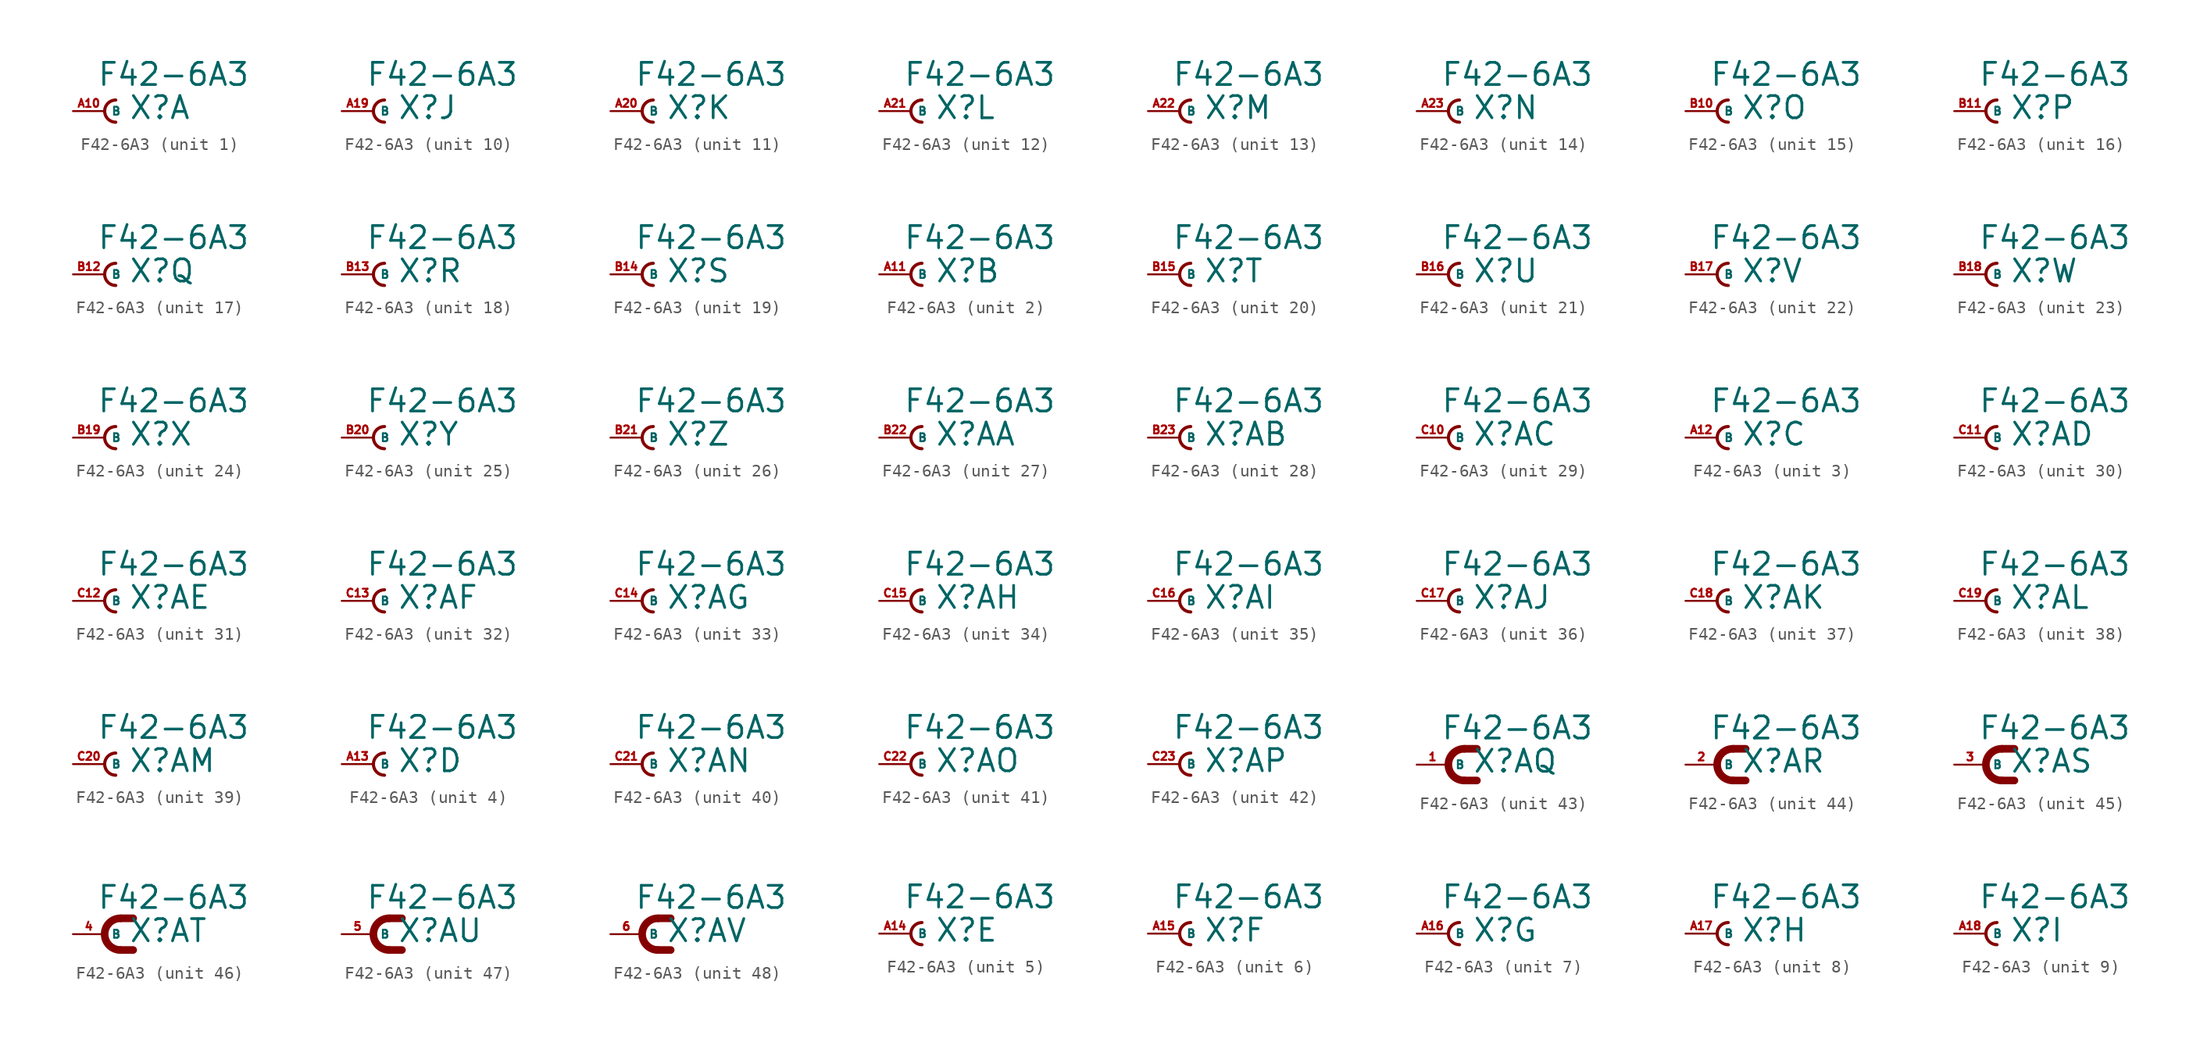
<source format=kicad_sym>
(kicad_symbol_lib
  (version 20220914)
  (generator Eagle2Kicad)
  (symbol "F42-6A3"
    (property "Reference" "X"
      (at 1.905 -0.762 0)
      (effects (font (size 1.778 1.778) (thickness 0.22)) (justify left bottom)))
    (property "Value" "F42-6A3"
      (at -0.635 1.905 0)
      (effects (font (size 1.778 1.778) (thickness 0.22)) (justify left bottom)))
    (symbol "F42-6A3_1_0"
      (arc (start 0.889 0.889) (mid 0.000 0.000) (end 0.889 -0.889) (stroke (width 0.254) (type default)) (fill (type none)))
      (pin passive line (at -2.54 0 0) (length 2.54) (name "B" (effects (font (size 0.635 0.635) (thickness 0.08)) (justify left bottom))) (number "A10" (effects (font (size 0.635 0.635) (thickness 0.08)) (justify left bottom)))))
    (symbol "F42-6A3_2_0"
      (arc (start 0.889 0.889) (mid 0.000 0.000) (end 0.889 -0.889) (stroke (width 0.254) (type default)) (fill (type none)))
      (pin passive line (at -2.54 0 0) (length 2.54) (name "B" (effects (font (size 0.635 0.635) (thickness 0.08)) (justify left bottom))) (number "A11" (effects (font (size 0.635 0.635) (thickness 0.08)) (justify left bottom)))))
    (symbol "F42-6A3_3_0"
      (arc (start 0.889 0.889) (mid 0.000 0.000) (end 0.889 -0.889) (stroke (width 0.254) (type default)) (fill (type none)))
      (pin passive line (at -2.54 0 0) (length 2.54) (name "B" (effects (font (size 0.635 0.635) (thickness 0.08)) (justify left bottom))) (number "A12" (effects (font (size 0.635 0.635) (thickness 0.08)) (justify left bottom)))))
    (symbol "F42-6A3_4_0"
      (arc (start 0.889 0.889) (mid 0.000 0.000) (end 0.889 -0.889) (stroke (width 0.254) (type default)) (fill (type none)))
      (pin passive line (at -2.54 0 0) (length 2.54) (name "B" (effects (font (size 0.635 0.635) (thickness 0.08)) (justify left bottom))) (number "A13" (effects (font (size 0.635 0.635) (thickness 0.08)) (justify left bottom)))))
    (symbol "F42-6A3_5_0"
      (arc (start 0.889 0.889) (mid 0.000 0.000) (end 0.889 -0.889) (stroke (width 0.254) (type default)) (fill (type none)))
      (pin passive line (at -2.54 0 0) (length 2.54) (name "B" (effects (font (size 0.635 0.635) (thickness 0.08)) (justify left bottom))) (number "A14" (effects (font (size 0.635 0.635) (thickness 0.08)) (justify left bottom)))))
    (symbol "F42-6A3_6_0"
      (arc (start 0.889 0.889) (mid 0.000 0.000) (end 0.889 -0.889) (stroke (width 0.254) (type default)) (fill (type none)))
      (pin passive line (at -2.54 0 0) (length 2.54) (name "B" (effects (font (size 0.635 0.635) (thickness 0.08)) (justify left bottom))) (number "A15" (effects (font (size 0.635 0.635) (thickness 0.08)) (justify left bottom)))))
    (symbol "F42-6A3_7_0"
      (arc (start 0.889 0.889) (mid 0.000 0.000) (end 0.889 -0.889) (stroke (width 0.254) (type default)) (fill (type none)))
      (pin passive line (at -2.54 0 0) (length 2.54) (name "B" (effects (font (size 0.635 0.635) (thickness 0.08)) (justify left bottom))) (number "A16" (effects (font (size 0.635 0.635) (thickness 0.08)) (justify left bottom)))))
    (symbol "F42-6A3_8_0"
      (arc (start 0.889 0.889) (mid 0.000 0.000) (end 0.889 -0.889) (stroke (width 0.254) (type default)) (fill (type none)))
      (pin passive line (at -2.54 0 0) (length 2.54) (name "B" (effects (font (size 0.635 0.635) (thickness 0.08)) (justify left bottom))) (number "A17" (effects (font (size 0.635 0.635) (thickness 0.08)) (justify left bottom)))))
    (symbol "F42-6A3_9_0"
      (arc (start 0.889 0.889) (mid 0.000 0.000) (end 0.889 -0.889) (stroke (width 0.254) (type default)) (fill (type none)))
      (pin passive line (at -2.54 0 0) (length 2.54) (name "B" (effects (font (size 0.635 0.635) (thickness 0.08)) (justify left bottom))) (number "A18" (effects (font (size 0.635 0.635) (thickness 0.08)) (justify left bottom)))))
    (symbol "F42-6A3_10_0"
      (arc (start 0.889 0.889) (mid 0.000 0.000) (end 0.889 -0.889) (stroke (width 0.254) (type default)) (fill (type none)))
      (pin passive line (at -2.54 0 0) (length 2.54) (name "B" (effects (font (size 0.635 0.635) (thickness 0.08)) (justify left bottom))) (number "A19" (effects (font (size 0.635 0.635) (thickness 0.08)) (justify left bottom)))))
    (symbol "F42-6A3_11_0"
      (arc (start 0.889 0.889) (mid 0.000 0.000) (end 0.889 -0.889) (stroke (width 0.254) (type default)) (fill (type none)))
      (pin passive line (at -2.54 0 0) (length 2.54) (name "B" (effects (font (size 0.635 0.635) (thickness 0.08)) (justify left bottom))) (number "A20" (effects (font (size 0.635 0.635) (thickness 0.08)) (justify left bottom)))))
    (symbol "F42-6A3_12_0"
      (arc (start 0.889 0.889) (mid 0.000 0.000) (end 0.889 -0.889) (stroke (width 0.254) (type default)) (fill (type none)))
      (pin passive line (at -2.54 0 0) (length 2.54) (name "B" (effects (font (size 0.635 0.635) (thickness 0.08)) (justify left bottom))) (number "A21" (effects (font (size 0.635 0.635) (thickness 0.08)) (justify left bottom)))))
    (symbol "F42-6A3_13_0"
      (arc (start 0.889 0.889) (mid 0.000 0.000) (end 0.889 -0.889) (stroke (width 0.254) (type default)) (fill (type none)))
      (pin passive line (at -2.54 0 0) (length 2.54) (name "B" (effects (font (size 0.635 0.635) (thickness 0.08)) (justify left bottom))) (number "A22" (effects (font (size 0.635 0.635) (thickness 0.08)) (justify left bottom)))))
    (symbol "F42-6A3_14_0"
      (arc (start 0.889 0.889) (mid 0.000 0.000) (end 0.889 -0.889) (stroke (width 0.254) (type default)) (fill (type none)))
      (pin passive line (at -2.54 0 0) (length 2.54) (name "B" (effects (font (size 0.635 0.635) (thickness 0.08)) (justify left bottom))) (number "A23" (effects (font (size 0.635 0.635) (thickness 0.08)) (justify left bottom)))))
    (symbol "F42-6A3_15_0"
      (arc (start 0.889 0.889) (mid 0.000 0.000) (end 0.889 -0.889) (stroke (width 0.254) (type default)) (fill (type none)))
      (pin passive line (at -2.54 0 0) (length 2.54) (name "B" (effects (font (size 0.635 0.635) (thickness 0.08)) (justify left bottom))) (number "B10" (effects (font (size 0.635 0.635) (thickness 0.08)) (justify left bottom)))))
    (symbol "F42-6A3_16_0"
      (arc (start 0.889 0.889) (mid 0.000 0.000) (end 0.889 -0.889) (stroke (width 0.254) (type default)) (fill (type none)))
      (pin passive line (at -2.54 0 0) (length 2.54) (name "B" (effects (font (size 0.635 0.635) (thickness 0.08)) (justify left bottom))) (number "B11" (effects (font (size 0.635 0.635) (thickness 0.08)) (justify left bottom)))))
    (symbol "F42-6A3_17_0"
      (arc (start 0.889 0.889) (mid 0.000 0.000) (end 0.889 -0.889) (stroke (width 0.254) (type default)) (fill (type none)))
      (pin passive line (at -2.54 0 0) (length 2.54) (name "B" (effects (font (size 0.635 0.635) (thickness 0.08)) (justify left bottom))) (number "B12" (effects (font (size 0.635 0.635) (thickness 0.08)) (justify left bottom)))))
    (symbol "F42-6A3_18_0"
      (arc (start 0.889 0.889) (mid 0.000 0.000) (end 0.889 -0.889) (stroke (width 0.254) (type default)) (fill (type none)))
      (pin passive line (at -2.54 0 0) (length 2.54) (name "B" (effects (font (size 0.635 0.635) (thickness 0.08)) (justify left bottom))) (number "B13" (effects (font (size 0.635 0.635) (thickness 0.08)) (justify left bottom)))))
    (symbol "F42-6A3_19_0"
      (arc (start 0.889 0.889) (mid 0.000 0.000) (end 0.889 -0.889) (stroke (width 0.254) (type default)) (fill (type none)))
      (pin passive line (at -2.54 0 0) (length 2.54) (name "B" (effects (font (size 0.635 0.635) (thickness 0.08)) (justify left bottom))) (number "B14" (effects (font (size 0.635 0.635) (thickness 0.08)) (justify left bottom)))))
    (symbol "F42-6A3_20_0"
      (arc (start 0.889 0.889) (mid 0.000 0.000) (end 0.889 -0.889) (stroke (width 0.254) (type default)) (fill (type none)))
      (pin passive line (at -2.54 0 0) (length 2.54) (name "B" (effects (font (size 0.635 0.635) (thickness 0.08)) (justify left bottom))) (number "B15" (effects (font (size 0.635 0.635) (thickness 0.08)) (justify left bottom)))))
    (symbol "F42-6A3_21_0"
      (arc (start 0.889 0.889) (mid 0.000 0.000) (end 0.889 -0.889) (stroke (width 0.254) (type default)) (fill (type none)))
      (pin passive line (at -2.54 0 0) (length 2.54) (name "B" (effects (font (size 0.635 0.635) (thickness 0.08)) (justify left bottom))) (number "B16" (effects (font (size 0.635 0.635) (thickness 0.08)) (justify left bottom)))))
    (symbol "F42-6A3_22_0"
      (arc (start 0.889 0.889) (mid 0.000 0.000) (end 0.889 -0.889) (stroke (width 0.254) (type default)) (fill (type none)))
      (pin passive line (at -2.54 0 0) (length 2.54) (name "B" (effects (font (size 0.635 0.635) (thickness 0.08)) (justify left bottom))) (number "B17" (effects (font (size 0.635 0.635) (thickness 0.08)) (justify left bottom)))))
    (symbol "F42-6A3_23_0"
      (arc (start 0.889 0.889) (mid 0.000 0.000) (end 0.889 -0.889) (stroke (width 0.254) (type default)) (fill (type none)))
      (pin passive line (at -2.54 0 0) (length 2.54) (name "B" (effects (font (size 0.635 0.635) (thickness 0.08)) (justify left bottom))) (number "B18" (effects (font (size 0.635 0.635) (thickness 0.08)) (justify left bottom)))))
    (symbol "F42-6A3_24_0"
      (arc (start 0.889 0.889) (mid 0.000 0.000) (end 0.889 -0.889) (stroke (width 0.254) (type default)) (fill (type none)))
      (pin passive line (at -2.54 0 0) (length 2.54) (name "B" (effects (font (size 0.635 0.635) (thickness 0.08)) (justify left bottom))) (number "B19" (effects (font (size 0.635 0.635) (thickness 0.08)) (justify left bottom)))))
    (symbol "F42-6A3_25_0"
      (arc (start 0.889 0.889) (mid 0.000 0.000) (end 0.889 -0.889) (stroke (width 0.254) (type default)) (fill (type none)))
      (pin passive line (at -2.54 0 0) (length 2.54) (name "B" (effects (font (size 0.635 0.635) (thickness 0.08)) (justify left bottom))) (number "B20" (effects (font (size 0.635 0.635) (thickness 0.08)) (justify left bottom)))))
    (symbol "F42-6A3_26_0"
      (arc (start 0.889 0.889) (mid 0.000 0.000) (end 0.889 -0.889) (stroke (width 0.254) (type default)) (fill (type none)))
      (pin passive line (at -2.54 0 0) (length 2.54) (name "B" (effects (font (size 0.635 0.635) (thickness 0.08)) (justify left bottom))) (number "B21" (effects (font (size 0.635 0.635) (thickness 0.08)) (justify left bottom)))))
    (symbol "F42-6A3_27_0"
      (arc (start 0.889 0.889) (mid 0.000 0.000) (end 0.889 -0.889) (stroke (width 0.254) (type default)) (fill (type none)))
      (pin passive line (at -2.54 0 0) (length 2.54) (name "B" (effects (font (size 0.635 0.635) (thickness 0.08)) (justify left bottom))) (number "B22" (effects (font (size 0.635 0.635) (thickness 0.08)) (justify left bottom)))))
    (symbol "F42-6A3_28_0"
      (arc (start 0.889 0.889) (mid 0.000 0.000) (end 0.889 -0.889) (stroke (width 0.254) (type default)) (fill (type none)))
      (pin passive line (at -2.54 0 0) (length 2.54) (name "B" (effects (font (size 0.635 0.635) (thickness 0.08)) (justify left bottom))) (number "B23" (effects (font (size 0.635 0.635) (thickness 0.08)) (justify left bottom)))))
    (symbol "F42-6A3_29_0"
      (arc (start 0.889 0.889) (mid 0.000 0.000) (end 0.889 -0.889) (stroke (width 0.254) (type default)) (fill (type none)))
      (pin passive line (at -2.54 0 0) (length 2.54) (name "B" (effects (font (size 0.635 0.635) (thickness 0.08)) (justify left bottom))) (number "C10" (effects (font (size 0.635 0.635) (thickness 0.08)) (justify left bottom)))))
    (symbol "F42-6A3_30_0"
      (arc (start 0.889 0.889) (mid 0.000 0.000) (end 0.889 -0.889) (stroke (width 0.254) (type default)) (fill (type none)))
      (pin passive line (at -2.54 0 0) (length 2.54) (name "B" (effects (font (size 0.635 0.635) (thickness 0.08)) (justify left bottom))) (number "C11" (effects (font (size 0.635 0.635) (thickness 0.08)) (justify left bottom)))))
    (symbol "F42-6A3_31_0"
      (arc (start 0.889 0.889) (mid 0.000 0.000) (end 0.889 -0.889) (stroke (width 0.254) (type default)) (fill (type none)))
      (pin passive line (at -2.54 0 0) (length 2.54) (name "B" (effects (font (size 0.635 0.635) (thickness 0.08)) (justify left bottom))) (number "C12" (effects (font (size 0.635 0.635) (thickness 0.08)) (justify left bottom)))))
    (symbol "F42-6A3_32_0"
      (arc (start 0.889 0.889) (mid 0.000 0.000) (end 0.889 -0.889) (stroke (width 0.254) (type default)) (fill (type none)))
      (pin passive line (at -2.54 0 0) (length 2.54) (name "B" (effects (font (size 0.635 0.635) (thickness 0.08)) (justify left bottom))) (number "C13" (effects (font (size 0.635 0.635) (thickness 0.08)) (justify left bottom)))))
    (symbol "F42-6A3_33_0"
      (arc (start 0.889 0.889) (mid 0.000 0.000) (end 0.889 -0.889) (stroke (width 0.254) (type default)) (fill (type none)))
      (pin passive line (at -2.54 0 0) (length 2.54) (name "B" (effects (font (size 0.635 0.635) (thickness 0.08)) (justify left bottom))) (number "C14" (effects (font (size 0.635 0.635) (thickness 0.08)) (justify left bottom)))))
    (symbol "F42-6A3_34_0"
      (arc (start 0.889 0.889) (mid 0.000 0.000) (end 0.889 -0.889) (stroke (width 0.254) (type default)) (fill (type none)))
      (pin passive line (at -2.54 0 0) (length 2.54) (name "B" (effects (font (size 0.635 0.635) (thickness 0.08)) (justify left bottom))) (number "C15" (effects (font (size 0.635 0.635) (thickness 0.08)) (justify left bottom)))))
    (symbol "F42-6A3_35_0"
      (arc (start 0.889 0.889) (mid 0.000 0.000) (end 0.889 -0.889) (stroke (width 0.254) (type default)) (fill (type none)))
      (pin passive line (at -2.54 0 0) (length 2.54) (name "B" (effects (font (size 0.635 0.635) (thickness 0.08)) (justify left bottom))) (number "C16" (effects (font (size 0.635 0.635) (thickness 0.08)) (justify left bottom)))))
    (symbol "F42-6A3_36_0"
      (arc (start 0.889 0.889) (mid 0.000 0.000) (end 0.889 -0.889) (stroke (width 0.254) (type default)) (fill (type none)))
      (pin passive line (at -2.54 0 0) (length 2.54) (name "B" (effects (font (size 0.635 0.635) (thickness 0.08)) (justify left bottom))) (number "C17" (effects (font (size 0.635 0.635) (thickness 0.08)) (justify left bottom)))))
    (symbol "F42-6A3_37_0"
      (arc (start 0.889 0.889) (mid 0.000 0.000) (end 0.889 -0.889) (stroke (width 0.254) (type default)) (fill (type none)))
      (pin passive line (at -2.54 0 0) (length 2.54) (name "B" (effects (font (size 0.635 0.635) (thickness 0.08)) (justify left bottom))) (number "C18" (effects (font (size 0.635 0.635) (thickness 0.08)) (justify left bottom)))))
    (symbol "F42-6A3_38_0"
      (arc (start 0.889 0.889) (mid 0.000 0.000) (end 0.889 -0.889) (stroke (width 0.254) (type default)) (fill (type none)))
      (pin passive line (at -2.54 0 0) (length 2.54) (name "B" (effects (font (size 0.635 0.635) (thickness 0.08)) (justify left bottom))) (number "C19" (effects (font (size 0.635 0.635) (thickness 0.08)) (justify left bottom)))))
    (symbol "F42-6A3_39_0"
      (arc (start 0.889 0.889) (mid 0.000 0.000) (end 0.889 -0.889) (stroke (width 0.254) (type default)) (fill (type none)))
      (pin passive line (at -2.54 0 0) (length 2.54) (name "B" (effects (font (size 0.635 0.635) (thickness 0.08)) (justify left bottom))) (number "C20" (effects (font (size 0.635 0.635) (thickness 0.08)) (justify left bottom)))))
    (symbol "F42-6A3_40_0"
      (arc (start 0.889 0.889) (mid 0.000 0.000) (end 0.889 -0.889) (stroke (width 0.254) (type default)) (fill (type none)))
      (pin passive line (at -2.54 0 0) (length 2.54) (name "B" (effects (font (size 0.635 0.635) (thickness 0.08)) (justify left bottom))) (number "C21" (effects (font (size 0.635 0.635) (thickness 0.08)) (justify left bottom)))))
    (symbol "F42-6A3_41_0"
      (arc (start 0.889 0.889) (mid 0.000 0.000) (end 0.889 -0.889) (stroke (width 0.254) (type default)) (fill (type none)))
      (pin passive line (at -2.54 0 0) (length 2.54) (name "B" (effects (font (size 0.635 0.635) (thickness 0.08)) (justify left bottom))) (number "C22" (effects (font (size 0.635 0.635) (thickness 0.08)) (justify left bottom)))))
    (symbol "F42-6A3_42_0"
      (arc (start 0.889 0.889) (mid 0.000 0.000) (end 0.889 -0.889) (stroke (width 0.254) (type default)) (fill (type none)))
      (pin passive line (at -2.54 0 0) (length 2.54) (name "B" (effects (font (size 0.635 0.635) (thickness 0.08)) (justify left bottom))) (number "C23" (effects (font (size 0.635 0.635) (thickness 0.08)) (justify left bottom)))))
    (symbol "F42-6A3_43_0"
      (arc (start 1.27 1.27) (mid 0.000 0.000) (end 1.27 -1.27) (stroke (width 0.6096) (type default)) (fill (type none)))
      (polyline (pts (xy 1.27 1.27) (xy 2.286 1.27)) (stroke (width 0.61) (type default)) (fill (type none)))
      (polyline (pts (xy 1.27 -1.27) (xy 2.286 -1.27)) (stroke (width 0.61) (type default)) (fill (type none)))
      (pin passive line (at -2.54 0 0) (length 2.54) (name "B" (effects (font (size 0.635 0.635) (thickness 0.08)) (justify left bottom))) (number "1" (effects (font (size 0.635 0.635) (thickness 0.08)) (justify left bottom)))))
    (symbol "F42-6A3_44_0"
      (arc (start 1.27 1.27) (mid 0.000 0.000) (end 1.27 -1.27) (stroke (width 0.6096) (type default)) (fill (type none)))
      (polyline (pts (xy 1.27 1.27) (xy 2.286 1.27)) (stroke (width 0.61) (type default)) (fill (type none)))
      (polyline (pts (xy 1.27 -1.27) (xy 2.286 -1.27)) (stroke (width 0.61) (type default)) (fill (type none)))
      (pin passive line (at -2.54 0 0) (length 2.54) (name "B" (effects (font (size 0.635 0.635) (thickness 0.08)) (justify left bottom))) (number "2" (effects (font (size 0.635 0.635) (thickness 0.08)) (justify left bottom)))))
    (symbol "F42-6A3_45_0"
      (arc (start 1.27 1.27) (mid 0.000 0.000) (end 1.27 -1.27) (stroke (width 0.6096) (type default)) (fill (type none)))
      (polyline (pts (xy 1.27 1.27) (xy 2.286 1.27)) (stroke (width 0.61) (type default)) (fill (type none)))
      (polyline (pts (xy 1.27 -1.27) (xy 2.286 -1.27)) (stroke (width 0.61) (type default)) (fill (type none)))
      (pin passive line (at -2.54 0 0) (length 2.54) (name "B" (effects (font (size 0.635 0.635) (thickness 0.08)) (justify left bottom))) (number "3" (effects (font (size 0.635 0.635) (thickness 0.08)) (justify left bottom)))))
    (symbol "F42-6A3_46_0"
      (arc (start 1.27 1.27) (mid 0.000 0.000) (end 1.27 -1.27) (stroke (width 0.6096) (type default)) (fill (type none)))
      (polyline (pts (xy 1.27 1.27) (xy 2.286 1.27)) (stroke (width 0.61) (type default)) (fill (type none)))
      (polyline (pts (xy 1.27 -1.27) (xy 2.286 -1.27)) (stroke (width 0.61) (type default)) (fill (type none)))
      (pin passive line (at -2.54 0 0) (length 2.54) (name "B" (effects (font (size 0.635 0.635) (thickness 0.08)) (justify left bottom))) (number "4" (effects (font (size 0.635 0.635) (thickness 0.08)) (justify left bottom)))))
    (symbol "F42-6A3_47_0"
      (arc (start 1.27 1.27) (mid 0.000 0.000) (end 1.27 -1.27) (stroke (width 0.6096) (type default)) (fill (type none)))
      (polyline (pts (xy 1.27 1.27) (xy 2.286 1.27)) (stroke (width 0.61) (type default)) (fill (type none)))
      (polyline (pts (xy 1.27 -1.27) (xy 2.286 -1.27)) (stroke (width 0.61) (type default)) (fill (type none)))
      (pin passive line (at -2.54 0 0) (length 2.54) (name "B" (effects (font (size 0.635 0.635) (thickness 0.08)) (justify left bottom))) (number "5" (effects (font (size 0.635 0.635) (thickness 0.08)) (justify left bottom)))))
    (symbol "F42-6A3_48_0"
      (arc (start 1.27 1.27) (mid 0.000 0.000) (end 1.27 -1.27) (stroke (width 0.6096) (type default)) (fill (type none)))
      (polyline (pts (xy 1.27 1.27) (xy 2.286 1.27)) (stroke (width 0.61) (type default)) (fill (type none)))
      (polyline (pts (xy 1.27 -1.27) (xy 2.286 -1.27)) (stroke (width 0.61) (type default)) (fill (type none)))
      (pin passive line (at -2.54 0 0) (length 2.54) (name "B" (effects (font (size 0.635 0.635) (thickness 0.08)) (justify left bottom))) (number "6" (effects (font (size 0.635 0.635) (thickness 0.08)) (justify left bottom)))))))
</source>
